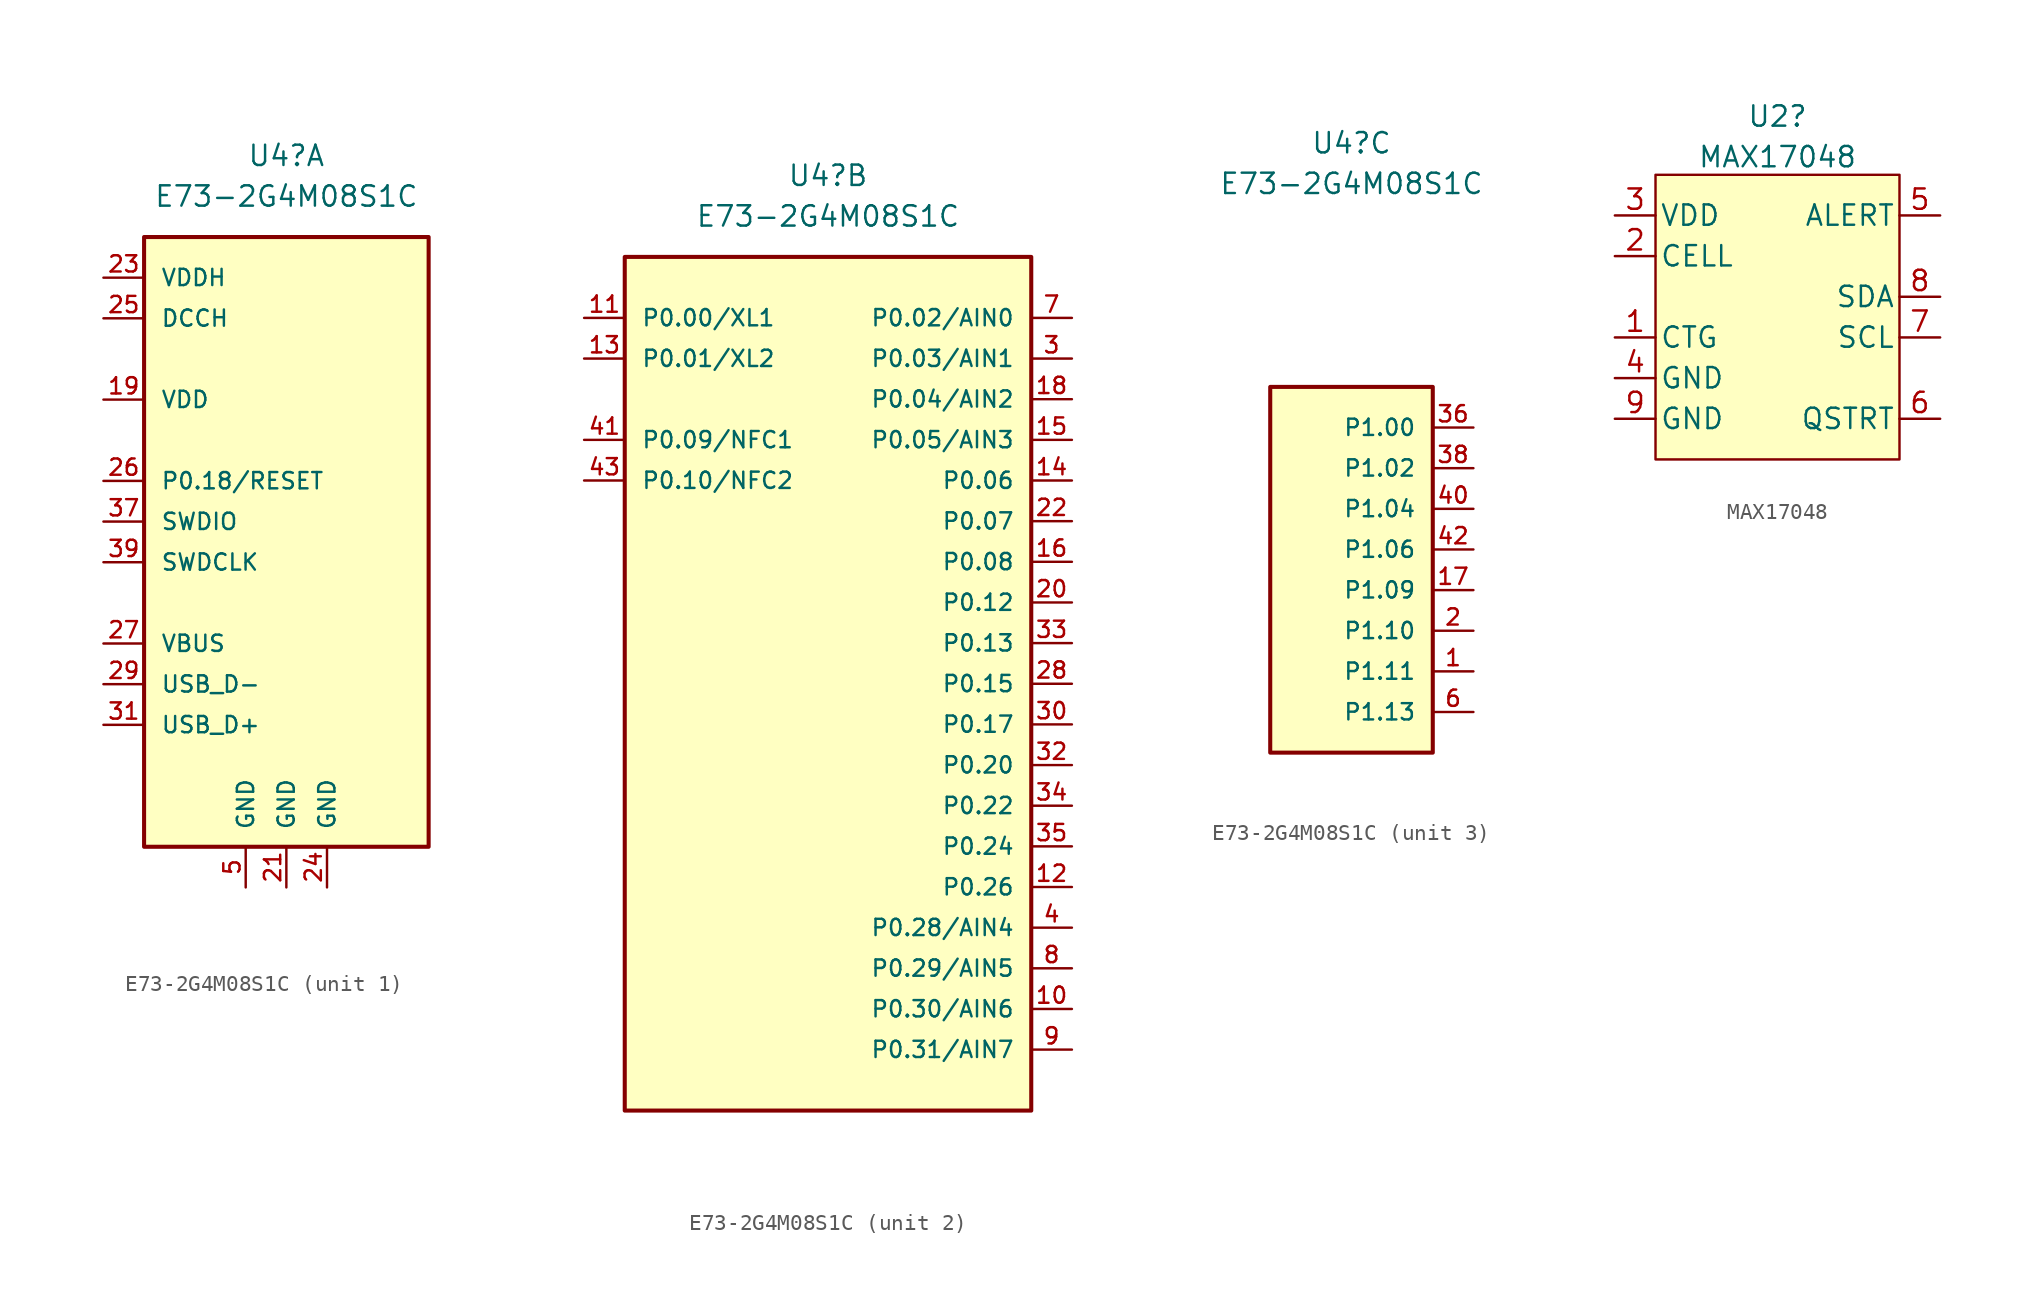
<source format=kicad_sym>
(kicad_symbol_lib
  (version 20211014)
  (generator kicad_symbol_editor)
  (symbol "E73-2G4M08S1C"
    (pin_names
      (offset 1.016))
    (property "Reference" "U4"
      (at 0 25.4 0)
      (effects (font (size 1.27 1.27))))
    (property "Value" "E73-2G4M08S1C"
      (at 0 22.86 0)
      (effects (font (size 1.27 1.27))))
    (property "ki_locked" ""
      (at 0 0 0)
      (effects (font (size 1.27 1.27))))
    (symbol "E73-2G4M08S1C_1_0"
      (rectangle (start -8.89 20.32) (end 8.89 -17.78) (stroke (width 0.254) (type default) (color 0 0 0 0)) (fill (type background)))
      (pin bidirectional line (at -11.43 10.16 0) (length 2.54) (name "VDD" (effects (font (size 1.016 1.016)))) (number "19" (effects (font (size 1.016 1.016)))))
      (pin bidirectional line (at 0 -20.32 90) (length 2.54) (name "GND" (effects (font (size 1.016 1.016)))) (number "21" (effects (font (size 1.016 1.016)))))
      (pin power_in line (at -11.43 17.78 0) (length 2.54) (name "VDDH" (effects (font (size 1.016 1.016)))) (number "23" (effects (font (size 1.016 1.016)))))
      (pin bidirectional line (at 2.54 -20.32 90) (length 2.54) (name "GND" (effects (font (size 1.016 1.016)))) (number "24" (effects (font (size 1.016 1.016)))))
      (pin power_out line (at -11.43 15.24 0) (length 2.54) (name "DCCH" (effects (font (size 1.016 1.016)))) (number "25" (effects (font (size 1.016 1.016)))))
      (pin bidirectional line (at -11.43 5.08 0) (length 2.54) (name "P0.18/RESET" (effects (font (size 1.016 1.016)))) (number "26" (effects (font (size 1.016 1.016)))))
      (pin power_in line (at -11.43 -5.08 0) (length 2.54) (name "VBUS" (effects (font (size 1.016 1.016)))) (number "27" (effects (font (size 1.016 1.016)))))
      (pin bidirectional line (at -11.43 -7.62 0) (length 2.54) (name "USB_D-" (effects (font (size 1.016 1.016)))) (number "29" (effects (font (size 1.016 1.016)))))
      (pin bidirectional line (at -11.43 -10.16 0) (length 2.54) (name "USB_D+" (effects (font (size 1.016 1.016)))) (number "31" (effects (font (size 1.016 1.016)))))
      (pin bidirectional line (at -11.43 2.54 0) (length 2.54) (name "SWDIO" (effects (font (size 1.016 1.016)))) (number "37" (effects (font (size 1.016 1.016)))))
      (pin bidirectional line (at -11.43 0 0) (length 2.54) (name "SWDCLK" (effects (font (size 1.016 1.016)))) (number "39" (effects (font (size 1.016 1.016)))))
      (pin bidirectional line (at -2.54 -20.32 90) (length 2.54) (name "GND" (effects (font (size 1.016 1.016)))) (number "5" (effects (font (size 1.016 1.016))))))
    (symbol "E73-2G4M08S1C_2_0"
      (rectangle (start -12.7 20.32) (end 12.7 -33.02) (stroke (width 0.254) (type default) (color 0 0 0 0)) (fill (type background)))
      (pin bidirectional line (at 15.24 -26.67 180) (length 2.54) (name "P0.30/AIN6" (effects (font (size 1.016 1.016)))) (number "10" (effects (font (size 1.016 1.016)))))
      (pin bidirectional line (at -15.24 16.51 0) (length 2.54) (name "P0.00/XL1" (effects (font (size 1.016 1.016)))) (number "11" (effects (font (size 1.016 1.016)))))
      (pin bidirectional line (at 15.24 -19.05 180) (length 2.54) (name "P0.26" (effects (font (size 1.016 1.016)))) (number "12" (effects (font (size 1.016 1.016)))))
      (pin bidirectional line (at -15.24 13.97 0) (length 2.54) (name "P0.01/XL2" (effects (font (size 1.016 1.016)))) (number "13" (effects (font (size 1.016 1.016)))))
      (pin bidirectional line (at 15.24 6.35 180) (length 2.54) (name "P0.06" (effects (font (size 1.016 1.016)))) (number "14" (effects (font (size 1.016 1.016)))))
      (pin bidirectional line (at 15.24 8.89 180) (length 2.54) (name "P0.05/AIN3" (effects (font (size 1.016 1.016)))) (number "15" (effects (font (size 1.016 1.016)))))
      (pin bidirectional line (at 15.24 1.27 180) (length 2.54) (name "P0.08" (effects (font (size 1.016 1.016)))) (number "16" (effects (font (size 1.016 1.016)))))
      (pin bidirectional line (at 15.24 11.43 180) (length 2.54) (name "P0.04/AIN2" (effects (font (size 1.016 1.016)))) (number "18" (effects (font (size 1.016 1.016)))))
      (pin bidirectional line (at 15.24 -1.27 180) (length 2.54) (name "P0.12" (effects (font (size 1.016 1.016)))) (number "20" (effects (font (size 1.016 1.016)))))
      (pin bidirectional line (at 15.24 3.81 180) (length 2.54) (name "P0.07" (effects (font (size 1.016 1.016)))) (number "22" (effects (font (size 1.016 1.016)))))
      (pin bidirectional line (at 15.24 -6.35 180) (length 2.54) (name "P0.15" (effects (font (size 1.016 1.016)))) (number "28" (effects (font (size 1.016 1.016)))))
      (pin bidirectional line (at 15.24 13.97 180) (length 2.54) (name "P0.03/AIN1" (effects (font (size 1.016 1.016)))) (number "3" (effects (font (size 1.016 1.016)))))
      (pin bidirectional line (at 15.24 -8.89 180) (length 2.54) (name "P0.17" (effects (font (size 1.016 1.016)))) (number "30" (effects (font (size 1.016 1.016)))))
      (pin bidirectional line (at 15.24 -11.43 180) (length 2.54) (name "P0.20" (effects (font (size 1.016 1.016)))) (number "32" (effects (font (size 1.016 1.016)))))
      (pin bidirectional line (at 15.24 -3.81 180) (length 2.54) (name "P0.13" (effects (font (size 1.016 1.016)))) (number "33" (effects (font (size 1.016 1.016)))))
      (pin bidirectional line (at 15.24 -13.97 180) (length 2.54) (name "P0.22" (effects (font (size 1.016 1.016)))) (number "34" (effects (font (size 1.016 1.016)))))
      (pin bidirectional line (at 15.24 -16.51 180) (length 2.54) (name "P0.24" (effects (font (size 1.016 1.016)))) (number "35" (effects (font (size 1.016 1.016)))))
      (pin bidirectional line (at 15.24 -21.59 180) (length 2.54) (name "P0.28/AIN4" (effects (font (size 1.016 1.016)))) (number "4" (effects (font (size 1.016 1.016)))))
      (pin bidirectional line (at -15.24 8.89 0) (length 2.54) (name "P0.09/NFC1" (effects (font (size 1.016 1.016)))) (number "41" (effects (font (size 1.016 1.016)))))
      (pin bidirectional line (at -15.24 6.35 0) (length 2.54) (name "P0.10/NFC2" (effects (font (size 1.016 1.016)))) (number "43" (effects (font (size 1.016 1.016)))))
      (pin bidirectional line (at 15.24 16.51 180) (length 2.54) (name "P0.02/AIN0" (effects (font (size 1.016 1.016)))) (number "7" (effects (font (size 1.016 1.016)))))
      (pin bidirectional line (at 15.24 -24.13 180) (length 2.54) (name "P0.29/AIN5" (effects (font (size 1.016 1.016)))) (number "8" (effects (font (size 1.016 1.016)))))
      (pin bidirectional line (at 15.24 -29.21 180) (length 2.54) (name "P0.31/AIN7" (effects (font (size 1.016 1.016)))) (number "9" (effects (font (size 1.016 1.016))))))
    (symbol "E73-2G4M08S1C_3_0"
      (rectangle (start -5.08 -12.7) (end 5.08 10.16) (stroke (width 0.254) (type default) (color 0 0 0 0)) (fill (type background)))
      (pin bidirectional line (at 7.62 -7.62 180) (length 2.54) (name "P1.11" (effects (font (size 1.016 1.016)))) (number "1" (effects (font (size 1.016 1.016)))))
      (pin bidirectional line (at 7.62 -2.54 180) (length 2.54) (name "P1.09" (effects (font (size 1.016 1.016)))) (number "17" (effects (font (size 1.016 1.016)))))
      (pin bidirectional line (at 7.62 -5.08 180) (length 2.54) (name "P1.10" (effects (font (size 1.016 1.016)))) (number "2" (effects (font (size 1.016 1.016)))))
      (pin bidirectional line (at 7.62 7.62 180) (length 2.54) (name "P1.00" (effects (font (size 1.016 1.016)))) (number "36" (effects (font (size 1.016 1.016)))))
      (pin bidirectional line (at 7.62 5.08 180) (length 2.54) (name "P1.02" (effects (font (size 1.016 1.016)))) (number "38" (effects (font (size 1.016 1.016)))))
      (pin bidirectional line (at 7.62 2.54 180) (length 2.54) (name "P1.04" (effects (font (size 1.016 1.016)))) (number "40" (effects (font (size 1.016 1.016)))))
      (pin bidirectional line (at 7.62 0 180) (length 2.54) (name "P1.06" (effects (font (size 1.016 1.016)))) (number "42" (effects (font (size 1.016 1.016)))))
      (pin bidirectional line (at 7.62 -10.16 180) (length 2.54) (name "P1.13" (effects (font (size 1.016 1.016)))) (number "6" (effects (font (size 1.016 1.016)))))))
  (symbol "MAX17048"
    (pin_names
      (offset 0.254))
    (property "Reference" "U2"
      (at 0 12.539 0)
      (effects (font (size 1.27 1.27))))
    (property "Value" "MAX17048"
      (at 0 10.002 0)
      (effects (font (size 1.27 1.27))))
    (symbol "MAX17048_0_1"
      (rectangle (start -7.62 8.89) (end 7.62 -8.89) (stroke (width 0.152) (type default) (color 0 0 0 0)) (fill (type background))))
    (symbol "MAX17048_1_1"
      (pin input line (at -10.16 -1.27 0) (length 2.54) (name "CTG" (effects (font (size 1.27 1.27)))) (number "1" (effects (font (size 1.27 1.27)))))
      (pin power_in line (at -10.16 3.81 0) (length 2.54) (name "CELL" (effects (font (size 1.27 1.27)))) (number "2" (effects (font (size 1.27 1.27)))))
      (pin power_in line (at -10.16 6.35 0) (length 2.54) (name "VDD" (effects (font (size 1.27 1.27)))) (number "3" (effects (font (size 1.27 1.27)))))
      (pin power_in line (at -10.16 -3.81 0) (length 2.54) (name "GND" (effects (font (size 1.27 1.27)))) (number "4" (effects (font (size 1.27 1.27)))))
      (pin output line (at 10.16 6.35 180) (length 2.54) (name "ALERT" (effects (font (size 1.27 1.27)))) (number "5" (effects (font (size 1.27 1.27)))))
      (pin input line (at 10.16 -6.35 180) (length 2.54) (name "QSTRT" (effects (font (size 1.27 1.27)))) (number "6" (effects (font (size 1.27 1.27)))))
      (pin input line (at 10.16 -1.27 180) (length 2.54) (name "SCL" (effects (font (size 1.27 1.27)))) (number "7" (effects (font (size 1.27 1.27)))))
      (pin bidirectional line (at 10.16 1.27 180) (length 2.54) (name "SDA" (effects (font (size 1.27 1.27)))) (number "8" (effects (font (size 1.27 1.27)))))
      (pin power_in line (at -10.16 -6.35 0) (length 2.54) (name "GND" (effects (font (size 1.27 1.27)))) (number "9" (effects (font (size 1.27 1.27))))))))
</source>
